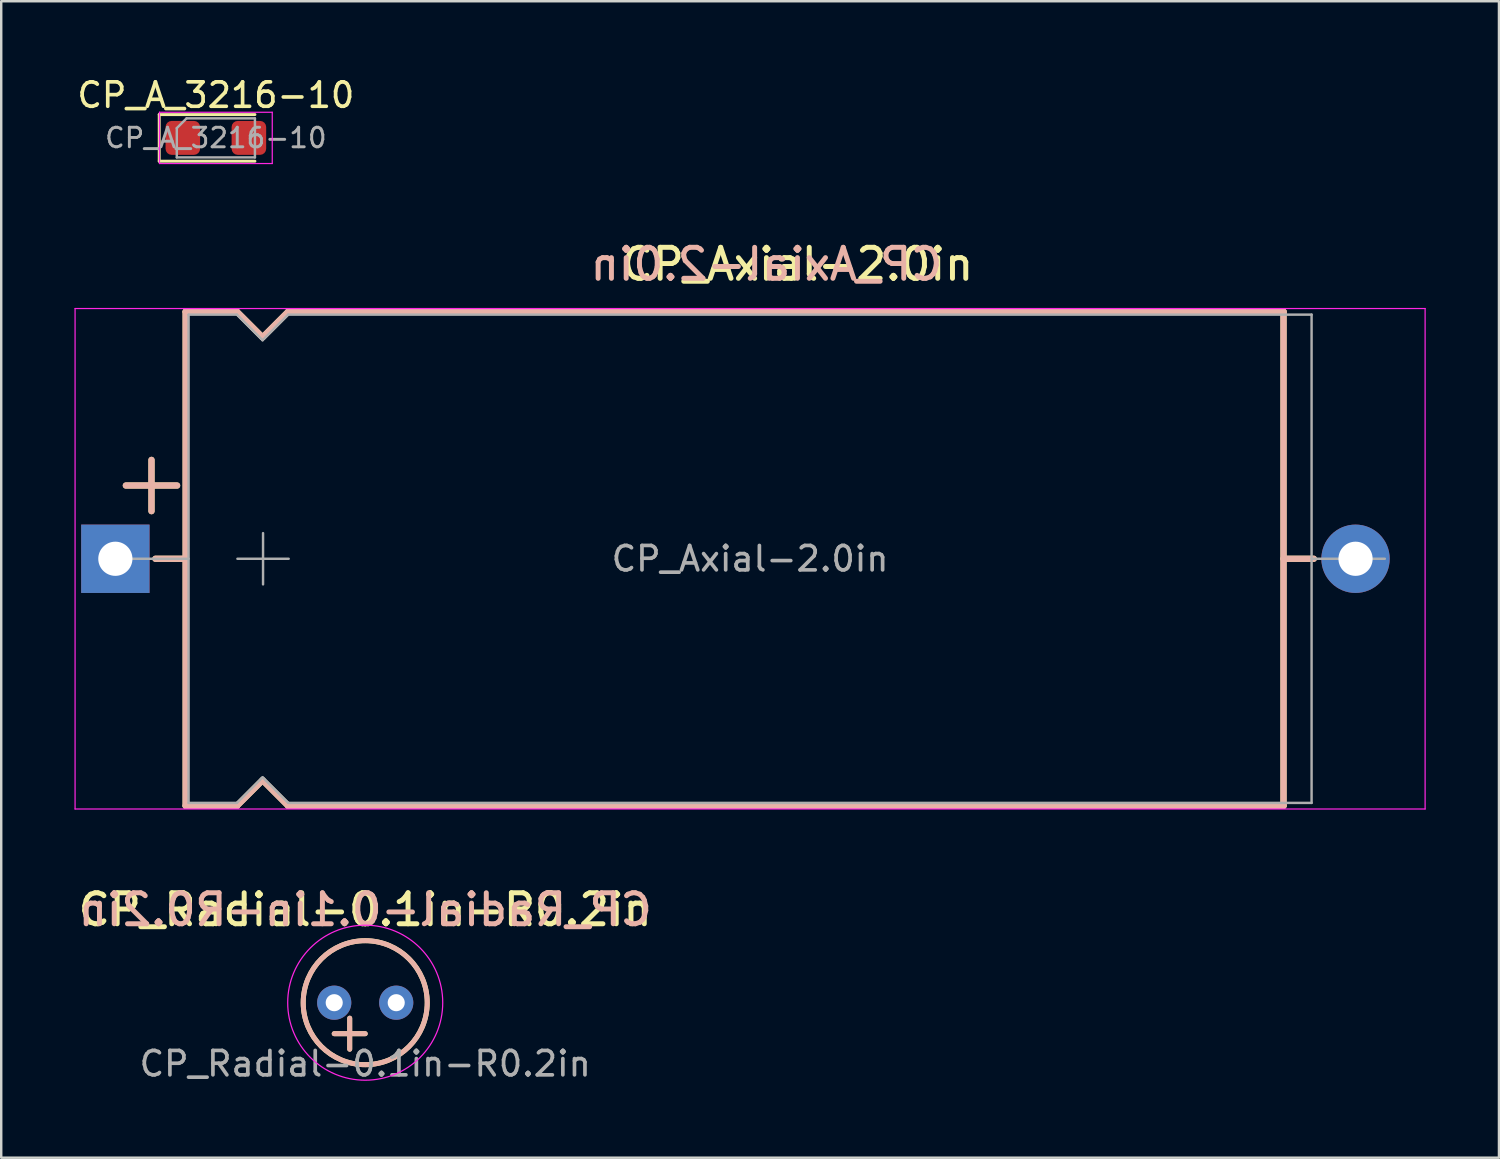
<source format=kicad_pcb>
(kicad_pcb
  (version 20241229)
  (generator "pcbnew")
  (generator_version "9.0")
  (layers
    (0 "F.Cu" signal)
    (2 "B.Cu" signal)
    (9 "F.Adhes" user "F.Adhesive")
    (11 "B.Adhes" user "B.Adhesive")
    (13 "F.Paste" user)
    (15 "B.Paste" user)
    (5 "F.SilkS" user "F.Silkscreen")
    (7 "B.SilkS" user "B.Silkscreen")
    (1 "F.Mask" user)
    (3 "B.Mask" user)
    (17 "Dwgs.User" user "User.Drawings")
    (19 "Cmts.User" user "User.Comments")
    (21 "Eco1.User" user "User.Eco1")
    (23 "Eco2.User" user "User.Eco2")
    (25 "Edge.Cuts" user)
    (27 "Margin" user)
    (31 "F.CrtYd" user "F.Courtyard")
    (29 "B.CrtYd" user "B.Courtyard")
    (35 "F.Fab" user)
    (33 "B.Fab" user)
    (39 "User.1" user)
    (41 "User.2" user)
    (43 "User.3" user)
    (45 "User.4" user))
  (footprint "CP_Radial-0.1in-R0.2in"
    (layer "F.Cu")
    (at 11.91 38.022)
    (property "Reference" "CP_Radial-0.1in-R0.2in" (at 0 -3.81 0) (unlocked yes) (layer "F.SilkS") (effects (font (size 1.27 1.27) (thickness 0.203))))
    (attr through_hole)
    (fp_line (start -1.27 1.27) (end 0 1.27) (stroke (width 0.203) (type default)) (layer "F.SilkS"))
    (fp_line (start -0.635 0.635) (end -0.635 1.905) (stroke (width 0.203) (type default)) (layer "F.SilkS"))
    (fp_circle (center 0 0) (end 2.54 0) (stroke (width 0.203) (type default)) (fill no) (layer "F.SilkS"))
    (fp_line (start -1.27 1.27) (end 0 1.27) (stroke (width 0.203) (type default)) (layer "B.SilkS"))
    (fp_line (start -0.635 0.635) (end -0.635 1.905) (stroke (width 0.203) (type default)) (layer "B.SilkS"))
    (fp_circle (center 0 0) (end 2.54 0) (stroke (width 0.203) (type default)) (fill no) (layer "B.SilkS"))
    (fp_circle (center 0 0) (end 3.175 0) (stroke (width 0.05) (type default)) (fill no) (layer "F.CrtYd"))
    (fp_text user "${Reference}" (at 0 -3.81 0) (unlocked yes) (layer "B.SilkS") (effects (font (size 1.27 1.27) (thickness 0.203)) (justify mirror)))
    (fp_text user "${REFERENCE}" (at 0 2.5 0) (unlocked yes) (layer "F.Fab") (effects (font (size 1 1) (thickness 0.15))))
    (pad "1" thru_hole circle (at -1.27 0) (size 1.4 1.4) (drill 0.7) (layers "*.Cu" "*.Mask"))
    (pad "2" thru_hole circle (at 1.27 0) (size 1.4 1.4) (drill 0.7) (layers "*.Cu" "*.Mask")))
  (footprint "CP_Axial-2.0in"
    (layer "F.Cu")
    (at 1.675 19.838)
    (property "Reference" "CP_Axial-2.0in" (at 27.94 -12.065 0) (layer "F.SilkS") (effects (font (size 1.27 1.27) (thickness 0.203))))
    (attr through_hole)
    (fp_line (start 0.43 -3) (end 2.53 -3) (stroke (width 0.254) (type solid)) (layer "F.SilkS"))
    (fp_line (start 1.48 -4.05) (end 1.48 -1.95) (stroke (width 0.254) (type solid)) (layer "F.SilkS"))
    (fp_line (start 1.64 0) (end 2.88 0) (stroke (width 0.254) (type solid)) (layer "F.SilkS"))
    (fp_line (start 2.88 -10.12) (end 2.88 10.12) (stroke (width 0.254) (type solid)) (layer "F.SilkS"))
    (fp_line (start 2.88 -10.12) (end 4.98 -10.12) (stroke (width 0.254) (type solid)) (layer "F.SilkS"))
    (fp_line (start 2.88 10.12) (end 4.98 10.12) (stroke (width 0.254) (type solid)) (layer "F.SilkS"))
    (fp_line (start 4.98 -10.12) (end 6.03 -9.07) (stroke (width 0.254) (type solid)) (layer "F.SilkS"))
    (fp_line (start 4.98 10.12) (end 6.03 9.07) (stroke (width 0.254) (type solid)) (layer "F.SilkS"))
    (fp_line (start 6.03 -9.07) (end 7.08 -10.12) (stroke (width 0.254) (type solid)) (layer "F.SilkS"))
    (fp_line (start 6.03 9.07) (end 7.08 10.12) (stroke (width 0.254) (type solid)) (layer "F.SilkS"))
    (fp_line (start 7.08 -10.12) (end 47.85 -10.12) (stroke (width 0.254) (type solid)) (layer "F.SilkS"))
    (fp_line (start 7.08 10.12) (end 47.85 10.12) (stroke (width 0.254) (type solid)) (layer "F.SilkS"))
    (fp_line (start 47.85 -10.12) (end 47.85 10.12) (stroke (width 0.254) (type solid)) (layer "F.SilkS"))
    (fp_line (start 49.09 0) (end 47.85 0) (stroke (width 0.254) (type solid)) (layer "F.SilkS"))
    (fp_line (start 0.43 -3) (end 2.53 -3) (stroke (width 0.254) (type solid)) (layer "B.SilkS"))
    (fp_line (start 1.48 -4.05) (end 1.48 -1.95) (stroke (width 0.254) (type solid)) (layer "B.SilkS"))
    (fp_line (start 1.64 0) (end 2.88 0) (stroke (width 0.254) (type solid)) (layer "B.SilkS"))
    (fp_line (start 2.88 -10.12) (end 2.88 10.12) (stroke (width 0.254) (type solid)) (layer "B.SilkS"))
    (fp_line (start 2.88 -10.12) (end 4.98 -10.12) (stroke (width 0.254) (type solid)) (layer "B.SilkS"))
    (fp_line (start 2.88 10.12) (end 4.98 10.12) (stroke (width 0.254) (type solid)) (layer "B.SilkS"))
    (fp_line (start 4.98 -10.12) (end 6.03 -9.07) (stroke (width 0.254) (type solid)) (layer "B.SilkS"))
    (fp_line (start 4.98 10.12) (end 6.03 9.07) (stroke (width 0.254) (type solid)) (layer "B.SilkS"))
    (fp_line (start 6.03 -9.07) (end 7.08 -10.12) (stroke (width 0.254) (type solid)) (layer "B.SilkS"))
    (fp_line (start 6.03 9.07) (end 7.08 10.12) (stroke (width 0.254) (type solid)) (layer "B.SilkS"))
    (fp_line (start 7.08 -10.12) (end 47.85 -10.12) (stroke (width 0.254) (type solid)) (layer "B.SilkS"))
    (fp_line (start 7.08 10.12) (end 47.85 10.12) (stroke (width 0.254) (type solid)) (layer "B.SilkS"))
    (fp_line (start 47.85 -10.12) (end 47.85 10.12) (stroke (width 0.254) (type solid)) (layer "B.SilkS"))
    (fp_line (start 49.09 0) (end 47.85 0) (stroke (width 0.254) (type solid)) (layer "B.SilkS"))
    (fp_line (start -1.65 -10.25) (end -1.65 10.25) (stroke (width 0.05) (type solid)) (layer "F.CrtYd"))
    (fp_line (start -1.65 10.25) (end 53.65 10.25) (stroke (width 0.05) (type solid)) (layer "F.CrtYd"))
    (fp_line (start 53.65 -10.25) (end -1.65 -10.25) (stroke (width 0.05) (type solid)) (layer "F.CrtYd"))
    (fp_line (start 53.65 10.25) (end 53.65 -10.25) (stroke (width 0.05) (type solid)) (layer "F.CrtYd"))
    (fp_line (start 0 0) (end 3 0) (stroke (width 0.1) (type solid)) (layer "F.Fab"))
    (fp_line (start 3 -10) (end 3 10) (stroke (width 0.1) (type solid)) (layer "F.Fab"))
    (fp_line (start 3 -10) (end 4.98 -10) (stroke (width 0.1) (type solid)) (layer "F.Fab"))
    (fp_line (start 3 10) (end 4.98 10) (stroke (width 0.1) (type solid)) (layer "F.Fab"))
    (fp_line (start 4.98 -10) (end 6.03 -8.95) (stroke (width 0.1) (type solid)) (layer "F.Fab"))
    (fp_line (start 4.98 10) (end 6.03 8.95) (stroke (width 0.1) (type solid)) (layer "F.Fab"))
    (fp_line (start 5 0) (end 7.1 0) (stroke (width 0.1) (type solid)) (layer "F.Fab"))
    (fp_line (start 6.03 -8.95) (end 7.08 -10) (stroke (width 0.1) (type solid)) (layer "F.Fab"))
    (fp_line (start 6.03 8.95) (end 7.08 10) (stroke (width 0.1) (type solid)) (layer "F.Fab"))
    (fp_line (start 6.05 -1.05) (end 6.05 1.05) (stroke (width 0.1) (type solid)) (layer "F.Fab"))
    (fp_line (start 7.08 -10) (end 49 -10) (stroke (width 0.1) (type solid)) (layer "F.Fab"))
    (fp_line (start 7.08 10) (end 49 10) (stroke (width 0.1) (type solid)) (layer "F.Fab"))
    (fp_line (start 49 -10) (end 49 10) (stroke (width 0.1) (type solid)) (layer "F.Fab"))
    (fp_line (start 52 0) (end 49 0) (stroke (width 0.1) (type solid)) (layer "F.Fab"))
    (fp_text user "${Reference}" (at 26.67 -12.065 0) (unlocked yes) (layer "B.SilkS") (effects (font (size 1.27 1.27) (thickness 0.203)) (justify mirror)))
    (fp_text user "${REFERENCE}" (at 26 0 0) (layer "F.Fab") (effects (font (size 1 1) (thickness 0.15))))
    (pad "1" thru_hole rect (at 0 0) (size 2.8 2.8) (drill 1.4) (layers "*.Cu" "*.Mask"))
    (pad "2" thru_hole oval (at 50.8 0) (size 2.8 2.8) (drill 1.4) (layers "*.Cu" "*.Mask")))
  (footprint "CP_A_3216-10"
    (layer "F.Cu")
    (at 5.792 2.598)
    (property "Reference" "CP_A_3216-10" (at 0 -1.75 0) (layer "F.SilkS") (effects (font (size 1 1) (thickness 0.15))))
    (attr smd)
    (fp_line (start -2.32 -0.955) (end -2.32 0.955) (stroke (width 0.12) (type solid)) (layer "F.SilkS"))
    (fp_line (start -2.32 0.955) (end 1.6 0.955) (stroke (width 0.12) (type solid)) (layer "F.SilkS"))
    (fp_line (start 1.6 -0.955) (end -2.32 -0.955) (stroke (width 0.12) (type solid)) (layer "F.SilkS"))
    (fp_line (start -2.31 -1.05) (end 2.31 -1.05) (stroke (width 0.05) (type solid)) (layer "F.CrtYd"))
    (fp_line (start -2.31 1.05) (end -2.31 -1.05) (stroke (width 0.05) (type solid)) (layer "F.CrtYd"))
    (fp_line (start 2.31 -1.05) (end 2.31 1.05) (stroke (width 0.05) (type solid)) (layer "F.CrtYd"))
    (fp_line (start 2.31 1.05) (end -2.31 1.05) (stroke (width 0.05) (type solid)) (layer "F.CrtYd"))
    (fp_line (start -1.6 -0.4) (end -1.6 0.8) (stroke (width 0.1) (type solid)) (layer "F.Fab"))
    (fp_line (start -1.6 0.8) (end 1.6 0.8) (stroke (width 0.1) (type solid)) (layer "F.Fab"))
    (fp_line (start -1.2 -0.8) (end -1.6 -0.4) (stroke (width 0.1) (type solid)) (layer "F.Fab"))
    (fp_line (start 1.6 -0.8) (end -1.2 -0.8) (stroke (width 0.1) (type solid)) (layer "F.Fab"))
    (fp_line (start 1.6 0.8) (end 1.6 -0.8) (stroke (width 0.1) (type solid)) (layer "F.Fab"))
    (fp_text user "${REFERENCE}" (at 0 0 0) (layer "F.Fab") (effects (font (size 0.8 0.8) (thickness 0.12))))
    (pad "1" smd roundrect (at -1.353 0) (size 1.415 1.39) (layers "F.Cu" "F.Mask" "F.Paste") (roundrect_rratio 0.18))
    (pad "2" smd roundrect (at 1.353 0) (size 1.415 1.39) (layers "F.Cu" "F.Mask" "F.Paste") (roundrect_rratio 0.18)))
  (gr_rect
    (start -3 -3)
    (end 58.35 44.371)
    (stroke (width 0.1) (type default))
    (fill no)
    (layer "Edge.Cuts")))
</source>
